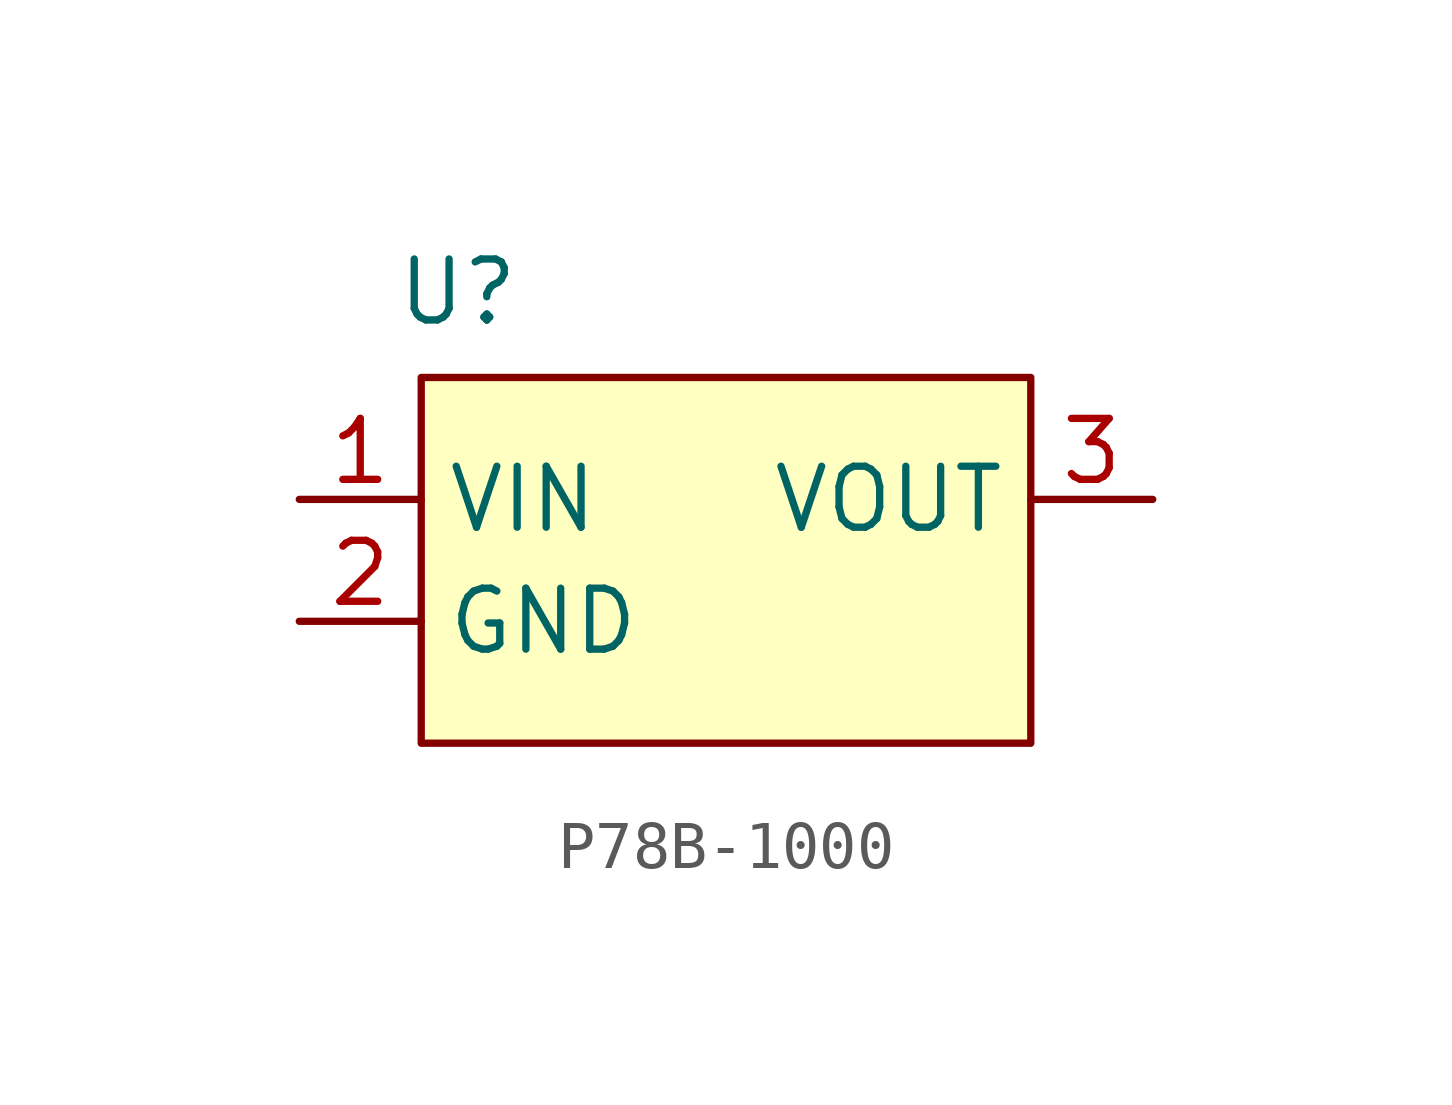
<source format=kicad_sym>
(kicad_symbol_lib
  (version 20241209)
  (generator "kicad_symbol_editor")
  (generator_version "9.0")
  (symbol "P78B-1000"
    (property "Reference" "U"
      (at 0.762 9.398 0)
      (effects (font (size 1.27 1.27))))
    (property "Value" ""
      (at 0 0 0)
      (effects (font (size 1.27 1.27))))
    (symbol "P78B-1000_0_1"
      (rectangle (start 0 7.62) (end 12.7 0) (stroke (width 0) (type default)) (fill (type color) (color 255 255 194 1))))
    (symbol "P78B-1000_1_1"
      (pin input line (at -2.54 5.08 0) (length 2.54) (name "VIN" (effects (font (size 1.27 1.27)))) (number "1" (effects (font (size 1.27 1.27)))))
      (pin input line (at -2.54 2.54 0) (length 2.54) (name "GND" (effects (font (size 1.27 1.27)))) (number "2" (effects (font (size 1.27 1.27)))))
      (pin input line (at 15.24 5.08 180) (length 2.54) (name "VOUT" (effects (font (size 1.27 1.27)))) (number "3" (effects (font (size 1.27 1.27))))))))
</source>
